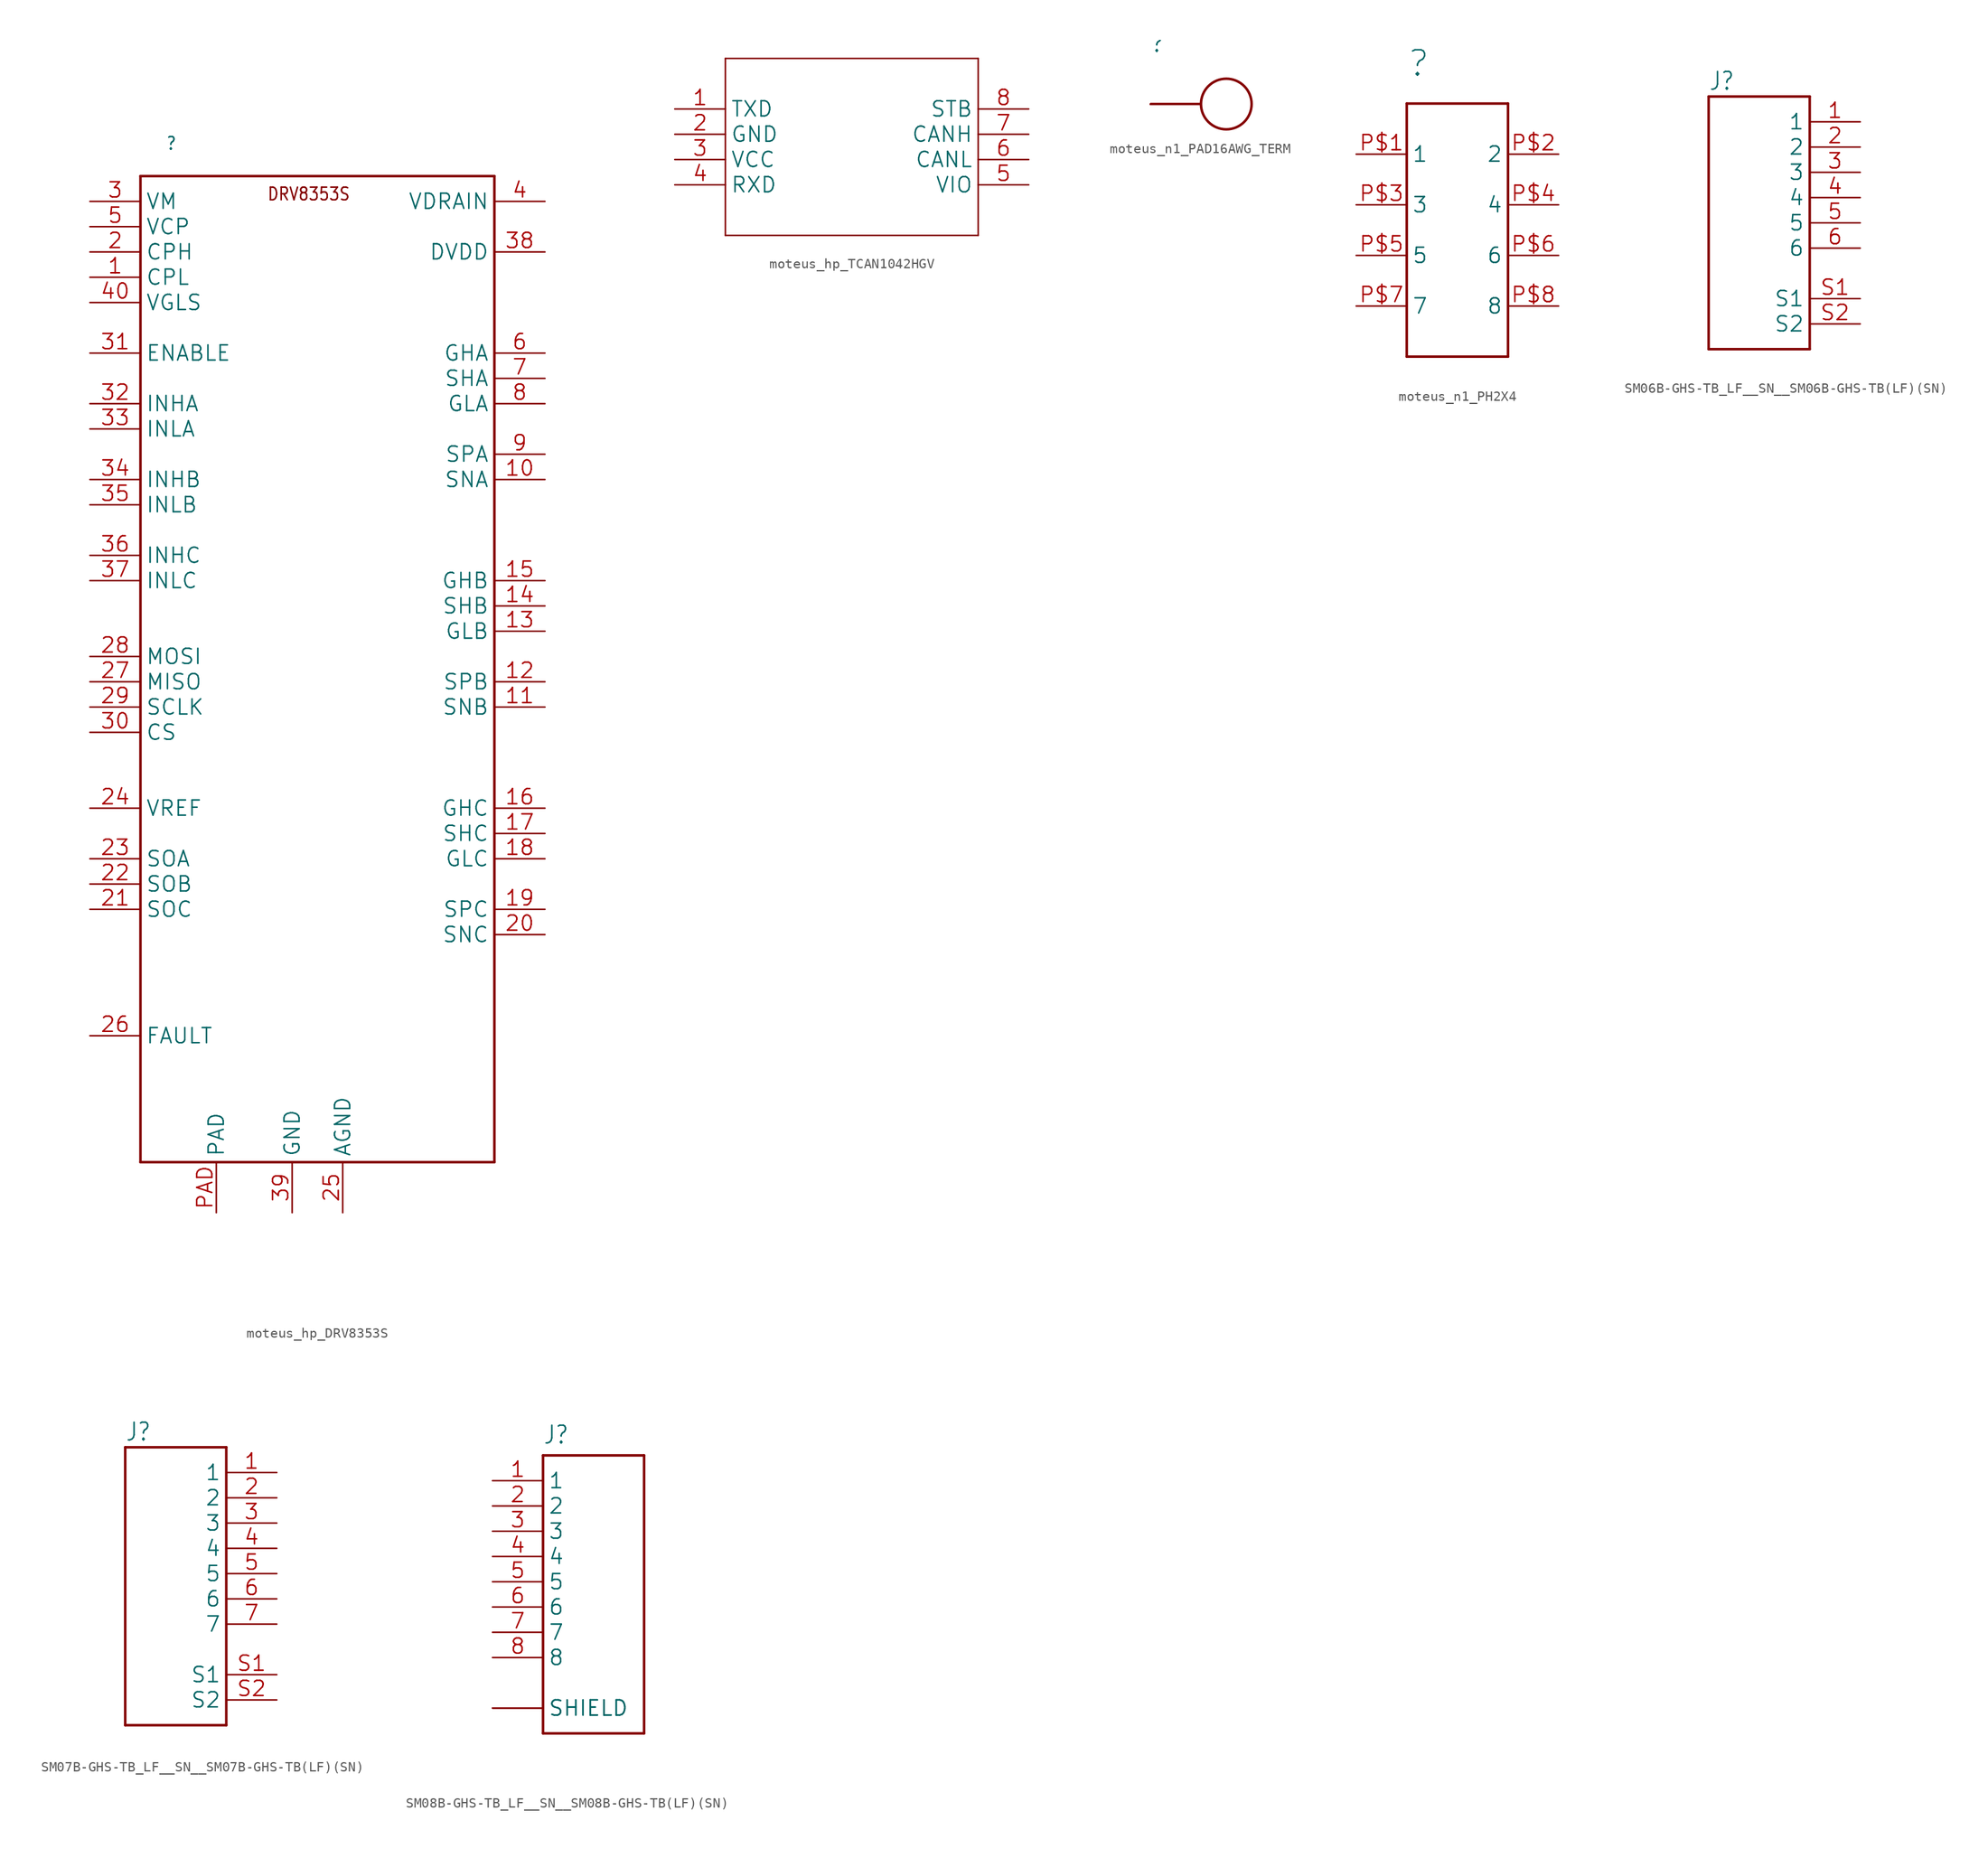
<source format=kicad_sym>
(kicad_symbol_lib
  (version 20241209)
  (generator "kicad_symbol_editor")
  (generator_version "9.0")
  (symbol "moteus_hp_DRV8353S"
    (property "Reference" ""
      (at -15.24 53.34 0)
      (effects (font (size 1.27 1.079)) (justify left bottom)))
    (property "ki_locked" ""
      (at 0 0 0)
      (effects (font (size 1.27 1.27))))
    (symbol "moteus_hp_DRV8353S_1_0"
      (polyline (pts (xy -17.78 50.8) (xy -17.78 -48.26)) (stroke (width 0.254) (type solid)) (fill (type none)))
      (polyline (pts (xy -17.78 -48.26) (xy 17.78 -48.26)) (stroke (width 0.254) (type solid)) (fill (type none)))
      (polyline (pts (xy 17.78 50.8) (xy -17.78 50.8)) (stroke (width 0.254) (type solid)) (fill (type none)))
      (polyline (pts (xy 17.78 -48.26) (xy 17.78 50.8)) (stroke (width 0.254) (type solid)) (fill (type none)))
      (text "DRV8353S" (at -5.08 48.26 0) (effects (font (size 1.27 1.079)) (justify left bottom)))
      (pin bidirectional line (at -22.86 48.26 0) (length 5.08) (name "VM" (effects (font (size 1.524 1.524)))) (number "3" (effects (font (size 1.524 1.524)))))
      (pin bidirectional line (at -22.86 45.72 0) (length 5.08) (name "VCP" (effects (font (size 1.524 1.524)))) (number "5" (effects (font (size 1.524 1.524)))))
      (pin bidirectional line (at -22.86 43.18 0) (length 5.08) (name "CPH" (effects (font (size 1.524 1.524)))) (number "2" (effects (font (size 1.524 1.524)))))
      (pin bidirectional line (at -22.86 40.64 0) (length 5.08) (name "CPL" (effects (font (size 1.524 1.524)))) (number "1" (effects (font (size 1.524 1.524)))))
      (pin bidirectional line (at -22.86 38.1 0) (length 5.08) (name "VGLS" (effects (font (size 1.524 1.524)))) (number "40" (effects (font (size 1.524 1.524)))))
      (pin bidirectional line (at -22.86 33.02 0) (length 5.08) (name "ENABLE" (effects (font (size 1.524 1.524)))) (number "31" (effects (font (size 1.524 1.524)))))
      (pin bidirectional line (at -22.86 27.94 0) (length 5.08) (name "INHA" (effects (font (size 1.524 1.524)))) (number "32" (effects (font (size 1.524 1.524)))))
      (pin bidirectional line (at -22.86 25.4 0) (length 5.08) (name "INLA" (effects (font (size 1.524 1.524)))) (number "33" (effects (font (size 1.524 1.524)))))
      (pin bidirectional line (at -22.86 20.32 0) (length 5.08) (name "INHB" (effects (font (size 1.524 1.524)))) (number "34" (effects (font (size 1.524 1.524)))))
      (pin bidirectional line (at -22.86 17.78 0) (length 5.08) (name "INLB" (effects (font (size 1.524 1.524)))) (number "35" (effects (font (size 1.524 1.524)))))
      (pin bidirectional line (at -22.86 12.7 0) (length 5.08) (name "INHC" (effects (font (size 1.524 1.524)))) (number "36" (effects (font (size 1.524 1.524)))))
      (pin bidirectional line (at -22.86 10.16 0) (length 5.08) (name "INLC" (effects (font (size 1.524 1.524)))) (number "37" (effects (font (size 1.524 1.524)))))
      (pin bidirectional line (at -22.86 2.54 0) (length 5.08) (name "MOSI" (effects (font (size 1.524 1.524)))) (number "28" (effects (font (size 1.524 1.524)))))
      (pin bidirectional line (at -22.86 0 0) (length 5.08) (name "MISO" (effects (font (size 1.524 1.524)))) (number "27" (effects (font (size 1.524 1.524)))))
      (pin bidirectional line (at -22.86 -2.54 0) (length 5.08) (name "SCLK" (effects (font (size 1.524 1.524)))) (number "29" (effects (font (size 1.524 1.524)))))
      (pin bidirectional line (at -22.86 -5.08 0) (length 5.08) (name "CS" (effects (font (size 1.524 1.524)))) (number "30" (effects (font (size 1.524 1.524)))))
      (pin bidirectional line (at -22.86 -12.7 0) (length 5.08) (name "VREF" (effects (font (size 1.524 1.524)))) (number "24" (effects (font (size 1.524 1.524)))))
      (pin bidirectional line (at -22.86 -17.78 0) (length 5.08) (name "SOA" (effects (font (size 1.524 1.524)))) (number "23" (effects (font (size 1.524 1.524)))))
      (pin bidirectional line (at -22.86 -20.32 0) (length 5.08) (name "SOB" (effects (font (size 1.524 1.524)))) (number "22" (effects (font (size 1.524 1.524)))))
      (pin bidirectional line (at -22.86 -22.86 0) (length 5.08) (name "SOC" (effects (font (size 1.524 1.524)))) (number "21" (effects (font (size 1.524 1.524)))))
      (pin bidirectional line (at -22.86 -35.56 0) (length 5.08) (name "FAULT" (effects (font (size 1.524 1.524)))) (number "26" (effects (font (size 1.524 1.524)))))
      (pin bidirectional line (at -10.16 -53.34 90) (length 5.08) (name "PAD" (effects (font (size 1.524 1.524)))) (number "PAD" (effects (font (size 1.524 1.524)))))
      (pin bidirectional line (at -2.54 -53.34 90) (length 5.08) (name "GND" (effects (font (size 1.524 1.524)))) (number "39" (effects (font (size 1.524 1.524)))))
      (pin bidirectional line (at 2.54 -53.34 90) (length 5.08) (name "AGND" (effects (font (size 1.524 1.524)))) (number "25" (effects (font (size 1.524 1.524)))))
      (pin bidirectional line (at 22.86 48.26 180) (length 5.08) (name "VDRAIN" (effects (font (size 1.524 1.524)))) (number "4" (effects (font (size 1.524 1.524)))))
      (pin bidirectional line (at 22.86 43.18 180) (length 5.08) (name "DVDD" (effects (font (size 1.524 1.524)))) (number "38" (effects (font (size 1.524 1.524)))))
      (pin bidirectional line (at 22.86 33.02 180) (length 5.08) (name "GHA" (effects (font (size 1.524 1.524)))) (number "6" (effects (font (size 1.524 1.524)))))
      (pin bidirectional line (at 22.86 30.48 180) (length 5.08) (name "SHA" (effects (font (size 1.524 1.524)))) (number "7" (effects (font (size 1.524 1.524)))))
      (pin bidirectional line (at 22.86 27.94 180) (length 5.08) (name "GLA" (effects (font (size 1.524 1.524)))) (number "8" (effects (font (size 1.524 1.524)))))
      (pin bidirectional line (at 22.86 22.86 180) (length 5.08) (name "SPA" (effects (font (size 1.524 1.524)))) (number "9" (effects (font (size 1.524 1.524)))))
      (pin bidirectional line (at 22.86 20.32 180) (length 5.08) (name "SNA" (effects (font (size 1.524 1.524)))) (number "10" (effects (font (size 1.524 1.524)))))
      (pin bidirectional line (at 22.86 10.16 180) (length 5.08) (name "GHB" (effects (font (size 1.524 1.524)))) (number "15" (effects (font (size 1.524 1.524)))))
      (pin bidirectional line (at 22.86 7.62 180) (length 5.08) (name "SHB" (effects (font (size 1.524 1.524)))) (number "14" (effects (font (size 1.524 1.524)))))
      (pin bidirectional line (at 22.86 5.08 180) (length 5.08) (name "GLB" (effects (font (size 1.524 1.524)))) (number "13" (effects (font (size 1.524 1.524)))))
      (pin bidirectional line (at 22.86 0 180) (length 5.08) (name "SPB" (effects (font (size 1.524 1.524)))) (number "12" (effects (font (size 1.524 1.524)))))
      (pin bidirectional line (at 22.86 -2.54 180) (length 5.08) (name "SNB" (effects (font (size 1.524 1.524)))) (number "11" (effects (font (size 1.524 1.524)))))
      (pin bidirectional line (at 22.86 -12.7 180) (length 5.08) (name "GHC" (effects (font (size 1.524 1.524)))) (number "16" (effects (font (size 1.524 1.524)))))
      (pin bidirectional line (at 22.86 -15.24 180) (length 5.08) (name "SHC" (effects (font (size 1.524 1.524)))) (number "17" (effects (font (size 1.524 1.524)))))
      (pin bidirectional line (at 22.86 -17.78 180) (length 5.08) (name "GLC" (effects (font (size 1.524 1.524)))) (number "18" (effects (font (size 1.524 1.524)))))
      (pin bidirectional line (at 22.86 -22.86 180) (length 5.08) (name "SPC" (effects (font (size 1.524 1.524)))) (number "19" (effects (font (size 1.524 1.524)))))
      (pin bidirectional line (at 22.86 -25.4 180) (length 5.08) (name "SNC" (effects (font (size 1.524 1.524)))) (number "20" (effects (font (size 1.524 1.524)))))))
  (symbol "moteus_hp_TCAN1042HGV"
    (property "Reference" ""
      (at -4.724 11.659 0)
      (effects (font (size 2.083 1.77)) (justify left bottom) (hide yes)))
    (property "ki_locked" ""
      (at 0 0 0)
      (effects (font (size 1.27 1.27))))
    (symbol "moteus_hp_TCAN1042HGV_1_0"
      (polyline (pts (xy -12.7 7.62) (xy -12.7 -10.16)) (stroke (width 0.152) (type solid)) (fill (type none)))
      (polyline (pts (xy -12.7 -10.16) (xy 12.7 -10.16)) (stroke (width 0.152) (type solid)) (fill (type none)))
      (polyline (pts (xy 12.7 7.62) (xy -12.7 7.62)) (stroke (width 0.152) (type solid)) (fill (type none)))
      (polyline (pts (xy 12.7 -10.16) (xy 12.7 7.62)) (stroke (width 0.152) (type solid)) (fill (type none)))
      (pin input line (at -17.78 2.54 0) (length 5.08) (name "TXD" (effects (font (size 1.524 1.524)))) (number "1" (effects (font (size 1.524 1.524)))))
      (pin power_in line (at -17.78 0 0) (length 5.08) (name "GND" (effects (font (size 1.524 1.524)))) (number "2" (effects (font (size 1.524 1.524)))))
      (pin power_in line (at -17.78 -2.54 0) (length 5.08) (name "VCC" (effects (font (size 1.524 1.524)))) (number "3" (effects (font (size 1.524 1.524)))))
      (pin output line (at -17.78 -5.08 0) (length 5.08) (name "RXD" (effects (font (size 1.524 1.524)))) (number "4" (effects (font (size 1.524 1.524)))))
      (pin input line (at 17.78 2.54 180) (length 5.08) (name "STB" (effects (font (size 1.524 1.524)))) (number "8" (effects (font (size 1.524 1.524)))))
      (pin bidirectional line (at 17.78 0 180) (length 5.08) (name "CANH" (effects (font (size 1.524 1.524)))) (number "7" (effects (font (size 1.524 1.524)))))
      (pin bidirectional line (at 17.78 -2.54 180) (length 5.08) (name "CANL" (effects (font (size 1.524 1.524)))) (number "6" (effects (font (size 1.524 1.524)))))
      (pin input line (at 17.78 -5.08 180) (length 5.08) (name "VIO" (effects (font (size 1.524 1.524)))) (number "5" (effects (font (size 1.524 1.524)))))))
  (symbol "moteus_n1_PAD16AWG_TERM"
    (property "Reference" ""
      (at -7.62 5.08 0)
      (effects (font (size 1.676 1.425)) (justify left bottom)))
    (property "ki_locked" ""
      (at 0 0 0)
      (effects (font (size 1.27 1.27))))
    (symbol "moteus_n1_PAD16AWG_TERM_1_0"
      (circle (center 0 0) (radius 2.54) (stroke (width 0.254) (type solid)) (fill (type none)))
      (pin bidirectional line (at -7.62 0 0) (length 5.08) (name "P$1" (effects (font (size 0 0)))) (number "1" (effects (font (size 0 0)))))
      (pin bidirectional line (at -7.62 0 0) (length 5.08) (name "P$1" (effects (font (size 0 0)))) (number "10" (effects (font (size 0 0)))))
      (pin bidirectional line (at -7.62 0 0) (length 5.08) (name "P$1" (effects (font (size 0 0)))) (number "11" (effects (font (size 0 0)))))
      (pin bidirectional line (at -7.62 0 0) (length 5.08) (name "P$1" (effects (font (size 0 0)))) (number "12" (effects (font (size 0 0)))))
      (pin bidirectional line (at -7.62 0 0) (length 5.08) (name "P$1" (effects (font (size 0 0)))) (number "13" (effects (font (size 0 0)))))
      (pin bidirectional line (at -7.62 0 0) (length 5.08) (name "P$1" (effects (font (size 0 0)))) (number "2" (effects (font (size 0 0)))))
      (pin bidirectional line (at -7.62 0 0) (length 5.08) (name "P$1" (effects (font (size 0 0)))) (number "3" (effects (font (size 0 0)))))
      (pin bidirectional line (at -7.62 0 0) (length 5.08) (name "P$1" (effects (font (size 0 0)))) (number "4" (effects (font (size 0 0)))))
      (pin bidirectional line (at -7.62 0 0) (length 5.08) (name "P$1" (effects (font (size 0 0)))) (number "5" (effects (font (size 0 0)))))
      (pin bidirectional line (at -7.62 0 0) (length 5.08) (name "P$1" (effects (font (size 0 0)))) (number "6" (effects (font (size 0 0)))))
      (pin bidirectional line (at -7.62 0 0) (length 5.08) (name "P$1" (effects (font (size 0 0)))) (number "7" (effects (font (size 0 0)))))
      (pin bidirectional line (at -7.62 0 0) (length 5.08) (name "P$1" (effects (font (size 0 0)))) (number "8" (effects (font (size 0 0)))))
      (pin bidirectional line (at -7.62 0 0) (length 5.08) (name "P$1" (effects (font (size 0 0)))) (number "9" (effects (font (size 0 0)))))))
  (symbol "moteus_n1_PH2X4"
    (property "Reference" ""
      (at -5.08 2.54 0)
      (effects (font (size 2.54 2.54)) (justify left bottom)))
    (property "ki_locked" ""
      (at 0 0 0)
      (effects (font (size 1.27 1.27))))
    (symbol "moteus_n1_PH2X4_1_0"
      (polyline (pts (xy -5.08 0) (xy -5.08 -25.4)) (stroke (width 0.254) (type solid)) (fill (type none)))
      (polyline (pts (xy -5.08 -25.4) (xy 5.08 -25.4)) (stroke (width 0.254) (type solid)) (fill (type none)))
      (polyline (pts (xy 5.08 0) (xy -5.08 0)) (stroke (width 0.254) (type solid)) (fill (type none)))
      (polyline (pts (xy 5.08 -25.4) (xy 5.08 0)) (stroke (width 0.254) (type solid)) (fill (type none)))
      (pin bidirectional line (at -10.16 -5.08 0) (length 5.08) (name "1" (effects (font (size 1.524 1.524)))) (number "P$1" (effects (font (size 1.524 1.524)))))
      (pin bidirectional line (at -10.16 -10.16 0) (length 5.08) (name "3" (effects (font (size 1.524 1.524)))) (number "P$3" (effects (font (size 1.524 1.524)))))
      (pin bidirectional line (at -10.16 -15.24 0) (length 5.08) (name "5" (effects (font (size 1.524 1.524)))) (number "P$5" (effects (font (size 1.524 1.524)))))
      (pin bidirectional line (at -10.16 -20.32 0) (length 5.08) (name "7" (effects (font (size 1.524 1.524)))) (number "P$7" (effects (font (size 1.524 1.524)))))
      (pin bidirectional line (at 10.16 -5.08 180) (length 5.08) (name "2" (effects (font (size 1.524 1.524)))) (number "P$2" (effects (font (size 1.524 1.524)))))
      (pin bidirectional line (at 10.16 -10.16 180) (length 5.08) (name "4" (effects (font (size 1.524 1.524)))) (number "P$4" (effects (font (size 1.524 1.524)))))
      (pin bidirectional line (at 10.16 -15.24 180) (length 5.08) (name "6" (effects (font (size 1.524 1.524)))) (number "P$6" (effects (font (size 1.524 1.524)))))
      (pin bidirectional line (at 10.16 -20.32 180) (length 5.08) (name "8" (effects (font (size 1.524 1.524)))) (number "P$8" (effects (font (size 1.524 1.524)))))))
  (symbol "SM06B-GHS-TB_LF__SN__SM06B-GHS-TB(LF)(SN)"
    (property "Reference" "J"
      (at -5.084 13.218 0)
      (effects (font (size 1.779 1.512)) (justify left bottom)))
    (property "Value" ""
      (at -5.086 -12.718 0)
      (effects (font (size 1.78 1.513)) (justify left bottom)))
    (property "ki_locked" ""
      (at 0 0 0)
      (effects (font (size 1.27 1.27))))
    (symbol "SM06B-GHS-TB_LF__SN__SM06B-GHS-TB(LF)(SN)_1_0"
      (polyline (pts (xy -5.08 12.7) (xy -5.08 -12.7)) (stroke (width 0.254) (type solid)) (fill (type none)))
      (polyline (pts (xy -5.08 -12.7) (xy 5.08 -12.7)) (stroke (width 0.254) (type solid)) (fill (type none)))
      (polyline (pts (xy 5.08 12.7) (xy -5.08 12.7)) (stroke (width 0.254) (type solid)) (fill (type none)))
      (polyline (pts (xy 5.08 -12.7) (xy 5.08 12.7)) (stroke (width 0.254) (type solid)) (fill (type none)))
      (pin passive line (at 10.16 10.16 180) (length 5.08) (name "1" (effects (font (size 1.524 1.524)))) (number "1" (effects (font (size 1.524 1.524)))))
      (pin passive line (at 10.16 7.62 180) (length 5.08) (name "2" (effects (font (size 1.524 1.524)))) (number "2" (effects (font (size 1.524 1.524)))))
      (pin passive line (at 10.16 5.08 180) (length 5.08) (name "3" (effects (font (size 1.524 1.524)))) (number "3" (effects (font (size 1.524 1.524)))))
      (pin passive line (at 10.16 2.54 180) (length 5.08) (name "4" (effects (font (size 1.524 1.524)))) (number "4" (effects (font (size 1.524 1.524)))))
      (pin passive line (at 10.16 0 180) (length 5.08) (name "5" (effects (font (size 1.524 1.524)))) (number "5" (effects (font (size 1.524 1.524)))))
      (pin passive line (at 10.16 -2.54 180) (length 5.08) (name "6" (effects (font (size 1.524 1.524)))) (number "6" (effects (font (size 1.524 1.524)))))
      (pin power_in line (at 10.16 -7.62 180) (length 5.08) (name "S1" (effects (font (size 1.524 1.524)))) (number "S1" (effects (font (size 1.524 1.524)))))
      (pin power_in line (at 10.16 -10.16 180) (length 5.08) (name "S2" (effects (font (size 1.524 1.524)))) (number "S2" (effects (font (size 1.524 1.524)))))))
  (symbol "SM07B-GHS-TB_LF__SN__SM07B-GHS-TB(LF)(SN)"
    (property "Reference" "J"
      (at -5.084 13.218 0)
      (effects (font (size 1.779 1.512)) (justify left bottom)))
    (property "Value" ""
      (at -5.086 -15.258 0)
      (effects (font (size 1.78 1.513)) (justify left bottom)))
    (property "ki_locked" ""
      (at 0 0 0)
      (effects (font (size 1.27 1.27))))
    (symbol "SM07B-GHS-TB_LF__SN__SM07B-GHS-TB(LF)(SN)_1_0"
      (polyline (pts (xy -5.08 12.7) (xy -5.08 -15.24)) (stroke (width 0.254) (type solid)) (fill (type none)))
      (polyline (pts (xy -5.08 -15.24) (xy 5.08 -15.24)) (stroke (width 0.254) (type solid)) (fill (type none)))
      (polyline (pts (xy 5.08 12.7) (xy -5.08 12.7)) (stroke (width 0.254) (type solid)) (fill (type none)))
      (polyline (pts (xy 5.08 -15.24) (xy 5.08 12.7)) (stroke (width 0.254) (type solid)) (fill (type none)))
      (pin passive line (at 10.16 10.16 180) (length 5.08) (name "1" (effects (font (size 1.524 1.524)))) (number "1" (effects (font (size 1.524 1.524)))))
      (pin passive line (at 10.16 7.62 180) (length 5.08) (name "2" (effects (font (size 1.524 1.524)))) (number "2" (effects (font (size 1.524 1.524)))))
      (pin passive line (at 10.16 5.08 180) (length 5.08) (name "3" (effects (font (size 1.524 1.524)))) (number "3" (effects (font (size 1.524 1.524)))))
      (pin passive line (at 10.16 2.54 180) (length 5.08) (name "4" (effects (font (size 1.524 1.524)))) (number "4" (effects (font (size 1.524 1.524)))))
      (pin passive line (at 10.16 0 180) (length 5.08) (name "5" (effects (font (size 1.524 1.524)))) (number "5" (effects (font (size 1.524 1.524)))))
      (pin passive line (at 10.16 -2.54 180) (length 5.08) (name "6" (effects (font (size 1.524 1.524)))) (number "6" (effects (font (size 1.524 1.524)))))
      (pin passive line (at 10.16 -5.08 180) (length 5.08) (name "7" (effects (font (size 1.524 1.524)))) (number "7" (effects (font (size 1.524 1.524)))))
      (pin power_in line (at 10.16 -10.16 180) (length 5.08) (name "S1" (effects (font (size 1.524 1.524)))) (number "S1" (effects (font (size 1.524 1.524)))))
      (pin power_in line (at 10.16 -12.7 180) (length 5.08) (name "S2" (effects (font (size 1.524 1.524)))) (number "S2" (effects (font (size 1.524 1.524)))))))
  (symbol "SM08B-GHS-TB_LF__SN__SM08B-GHS-TB(LF)(SN)"
    (property "Reference" "J"
      (at -5.086 13.733 0)
      (effects (font (size 1.78 1.513)) (justify left bottom)))
    (property "Value" ""
      (at -5.087 -17.805 0)
      (effects (font (size 1.78 1.513)) (justify left bottom)))
    (property "ki_locked" ""
      (at 0 0 0)
      (effects (font (size 1.27 1.27))))
    (symbol "SM08B-GHS-TB_LF__SN__SM08B-GHS-TB(LF)(SN)_1_0"
      (polyline (pts (xy -5.08 12.7) (xy 5.08 12.7)) (stroke (width 0.254) (type solid)) (fill (type none)))
      (polyline (pts (xy -5.08 -15.24) (xy -5.08 12.7)) (stroke (width 0.254) (type solid)) (fill (type none)))
      (polyline (pts (xy 5.08 12.7) (xy 5.08 -15.24)) (stroke (width 0.254) (type solid)) (fill (type none)))
      (polyline (pts (xy 5.08 -15.24) (xy -5.08 -15.24)) (stroke (width 0.254) (type solid)) (fill (type none)))
      (pin passive line (at -10.16 10.16 0) (length 5.08) (name "1" (effects (font (size 1.524 1.524)))) (number "1" (effects (font (size 1.524 1.524)))))
      (pin passive line (at -10.16 7.62 0) (length 5.08) (name "2" (effects (font (size 1.524 1.524)))) (number "2" (effects (font (size 1.524 1.524)))))
      (pin passive line (at -10.16 5.08 0) (length 5.08) (name "3" (effects (font (size 1.524 1.524)))) (number "3" (effects (font (size 1.524 1.524)))))
      (pin passive line (at -10.16 2.54 0) (length 5.08) (name "4" (effects (font (size 1.524 1.524)))) (number "4" (effects (font (size 1.524 1.524)))))
      (pin passive line (at -10.16 0 0) (length 5.08) (name "5" (effects (font (size 1.524 1.524)))) (number "5" (effects (font (size 1.524 1.524)))))
      (pin passive line (at -10.16 -2.54 0) (length 5.08) (name "6" (effects (font (size 1.524 1.524)))) (number "6" (effects (font (size 1.524 1.524)))))
      (pin passive line (at -10.16 -5.08 0) (length 5.08) (name "7" (effects (font (size 1.524 1.524)))) (number "7" (effects (font (size 1.524 1.524)))))
      (pin passive line (at -10.16 -7.62 0) (length 5.08) (name "8" (effects (font (size 1.524 1.524)))) (number "8" (effects (font (size 1.524 1.524)))))
      (pin passive line (at -10.16 -12.7 0) (length 5.08) (name "SHIELD" (effects (font (size 1.524 1.524)))) (number "SH1" (effects (font (size 0 0)))))
      (pin passive line (at -10.16 -12.7 0) (length 5.08) (name "SHIELD" (effects (font (size 1.524 1.524)))) (number "SH2" (effects (font (size 0 0))))))))
</source>
